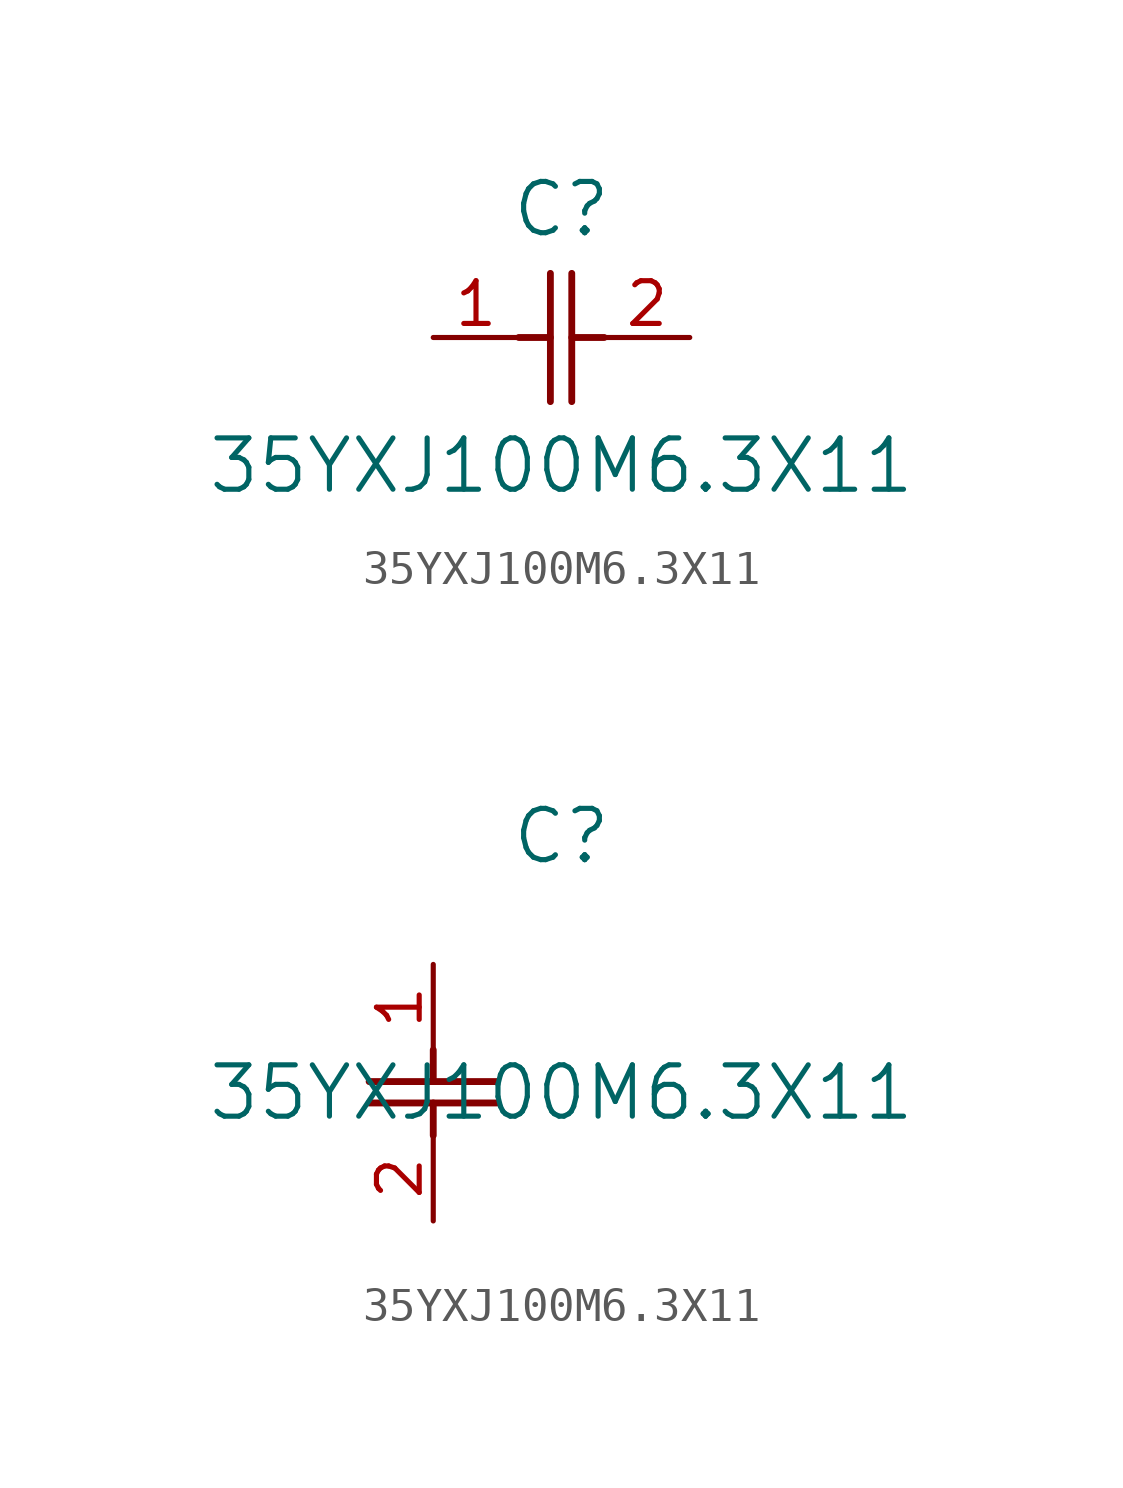
<source format=kicad_sym>
(kicad_symbol_lib
  (version 20211014)
  (generator kicad_symbol_editor)
  (symbol "35YXJ100M6.3X11"
    (pin_names
      (offset 0.254))
    (property "Reference" "C"
      (at 3.81 3.81 0)
      (effects (font (size 1.524 1.524))))
    (property "Value" "35YXJ100M6.3X11"
      (at 3.81 -3.81 0)
      (effects (font (size 1.524 1.524))))
    (symbol "35YXJ100M6.3X11_1_1"
      (polyline (pts (xy 3.48 -1.905) (xy 3.48 1.905)) (stroke (width 0.203) (type default) (color 0 0 0 0)) (fill (type none)))
      (polyline (pts (xy 4.115 -1.905) (xy 4.115 1.905)) (stroke (width 0.203) (type default) (color 0 0 0 0)) (fill (type none)))
      (polyline (pts (xy 4.115 0) (xy 5.08 0)) (stroke (width 0.203) (type default) (color 0 0 0 0)) (fill (type none)))
      (polyline (pts (xy 2.54 0) (xy 3.48 0)) (stroke (width 0.203) (type default) (color 0 0 0 0)) (fill (type none)))
      (pin unspecified line (at 0 0 0) (length 2.54) (name "" (effects (font (size 1.27 1.27)))) (number "1" (effects (font (size 1.27 1.27)))))
      (pin unspecified line (at 7.62 0 180) (length 2.54) (name "" (effects (font (size 1.27 1.27)))) (number "2" (effects (font (size 1.27 1.27))))))
    (symbol "35YXJ100M6.3X11_1_2"
      (polyline (pts (xy -1.905 -3.48) (xy 1.905 -3.48)) (stroke (width 0.203) (type default) (color 0 0 0 0)) (fill (type none)))
      (polyline (pts (xy -1.905 -4.115) (xy 1.905 -4.115)) (stroke (width 0.203) (type default) (color 0 0 0 0)) (fill (type none)))
      (polyline (pts (xy 0 -4.115) (xy 0 -5.08)) (stroke (width 0.203) (type default) (color 0 0 0 0)) (fill (type none)))
      (polyline (pts (xy 0 -2.54) (xy 0 -3.48)) (stroke (width 0.203) (type default) (color 0 0 0 0)) (fill (type none)))
      (pin unspecified line (at 0 0 270) (length 2.54) (name "" (effects (font (size 1.27 1.27)))) (number "1" (effects (font (size 1.27 1.27)))))
      (pin unspecified line (at 0 -7.62 90) (length 2.54) (name "" (effects (font (size 1.27 1.27)))) (number "2" (effects (font (size 1.27 1.27))))))))
</source>
